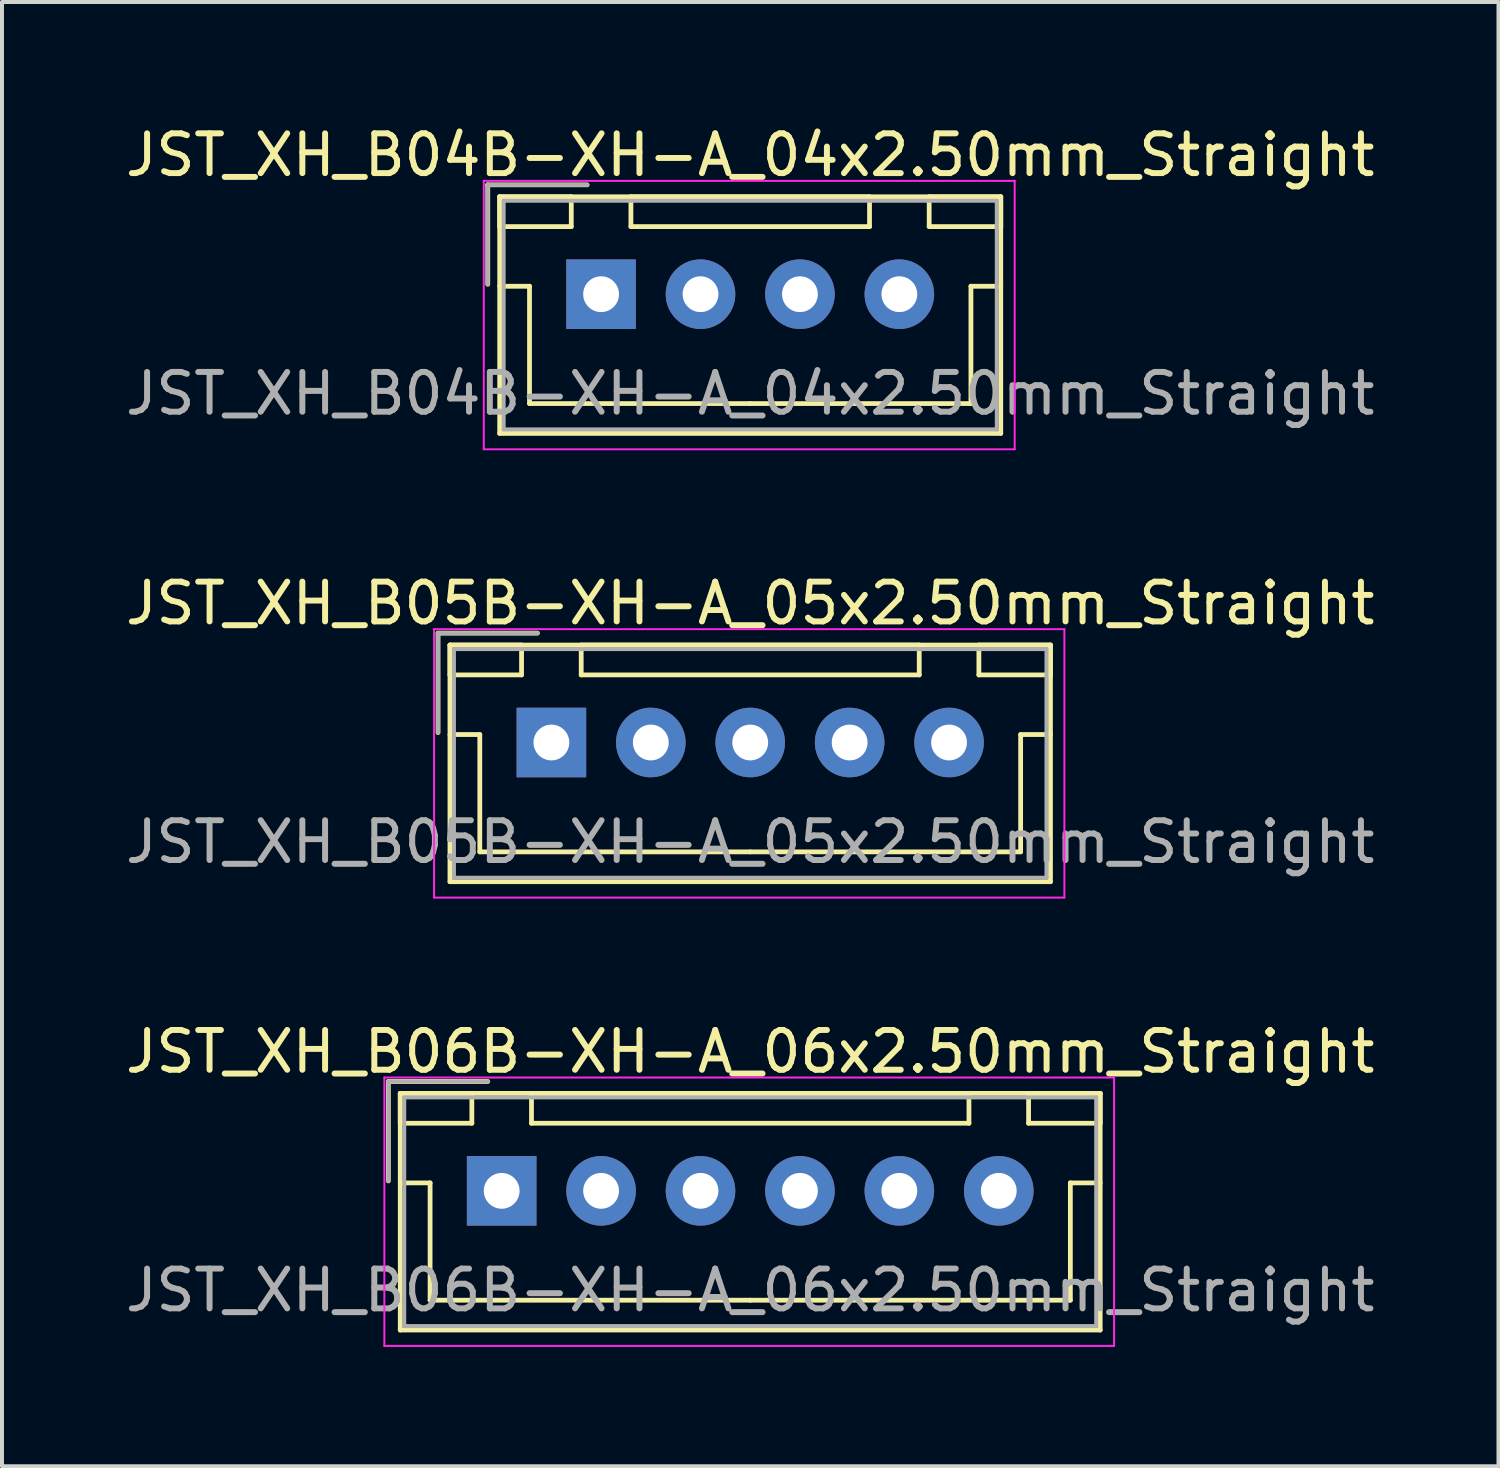
<source format=kicad_pcb>
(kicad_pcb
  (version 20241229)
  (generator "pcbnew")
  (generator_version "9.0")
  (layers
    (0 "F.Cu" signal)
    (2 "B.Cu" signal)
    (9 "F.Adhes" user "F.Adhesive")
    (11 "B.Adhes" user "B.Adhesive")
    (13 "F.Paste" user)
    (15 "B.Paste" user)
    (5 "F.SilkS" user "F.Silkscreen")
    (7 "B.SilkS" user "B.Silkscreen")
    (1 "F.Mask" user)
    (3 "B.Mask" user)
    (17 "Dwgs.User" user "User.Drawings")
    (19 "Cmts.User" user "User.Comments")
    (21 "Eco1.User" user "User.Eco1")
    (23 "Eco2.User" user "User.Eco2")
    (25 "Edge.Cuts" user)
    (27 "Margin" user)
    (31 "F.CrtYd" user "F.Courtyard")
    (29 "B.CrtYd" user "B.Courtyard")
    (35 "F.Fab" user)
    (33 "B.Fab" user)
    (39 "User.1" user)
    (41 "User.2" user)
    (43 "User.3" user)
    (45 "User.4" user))
  (footprint "JST_XH_B05B-XH-A_05x2.50mm_Straight"
    (layer "F.Cu")
    (at 10.815 15.621)
    (property "Reference" "JST_XH_B05B-XH-A_05x2.50mm_Straight" (at 5 -3.5 0) (layer "F.SilkS") (effects (font (size 1 1) (thickness 0.15))))
    (attr through_hole)
    (fp_line (start -2.85 -2.75) (end -2.85 -0.25) (stroke (width 0.12) (type solid)) (layer "F.SilkS"))
    (fp_line (start -2.55 -2.45) (end -2.55 -1.7) (stroke (width 0.12) (type solid)) (layer "F.SilkS"))
    (fp_line (start -2.55 -2.45) (end -2.55 3.5) (stroke (width 0.12) (type solid)) (layer "F.SilkS"))
    (fp_line (start -2.55 -1.7) (end -0.75 -1.7) (stroke (width 0.12) (type solid)) (layer "F.SilkS"))
    (fp_line (start -2.55 -0.2) (end -1.8 -0.2) (stroke (width 0.12) (type solid)) (layer "F.SilkS"))
    (fp_line (start -2.55 3.5) (end 12.55 3.5) (stroke (width 0.12) (type solid)) (layer "F.SilkS"))
    (fp_line (start -1.8 -0.2) (end -1.8 2.75) (stroke (width 0.12) (type solid)) (layer "F.SilkS"))
    (fp_line (start -1.8 2.75) (end 5 2.75) (stroke (width 0.12) (type solid)) (layer "F.SilkS"))
    (fp_line (start -0.75 -2.45) (end -2.55 -2.45) (stroke (width 0.12) (type solid)) (layer "F.SilkS"))
    (fp_line (start -0.75 -1.7) (end -0.75 -2.45) (stroke (width 0.12) (type solid)) (layer "F.SilkS"))
    (fp_line (start -0.35 -2.75) (end -2.85 -2.75) (stroke (width 0.12) (type solid)) (layer "F.SilkS"))
    (fp_line (start 0.75 -2.45) (end 0.75 -1.7) (stroke (width 0.12) (type solid)) (layer "F.SilkS"))
    (fp_line (start 0.75 -1.7) (end 9.25 -1.7) (stroke (width 0.12) (type solid)) (layer "F.SilkS"))
    (fp_line (start 9.25 -2.45) (end 0.75 -2.45) (stroke (width 0.12) (type solid)) (layer "F.SilkS"))
    (fp_line (start 9.25 -1.7) (end 9.25 -2.45) (stroke (width 0.12) (type solid)) (layer "F.SilkS"))
    (fp_line (start 10.75 -2.45) (end 10.75 -1.7) (stroke (width 0.12) (type solid)) (layer "F.SilkS"))
    (fp_line (start 10.75 -1.7) (end 12.55 -1.7) (stroke (width 0.12) (type solid)) (layer "F.SilkS"))
    (fp_line (start 11.8 -0.2) (end 11.8 2.75) (stroke (width 0.12) (type solid)) (layer "F.SilkS"))
    (fp_line (start 11.8 2.75) (end 5 2.75) (stroke (width 0.12) (type solid)) (layer "F.SilkS"))
    (fp_line (start 12.55 -2.45) (end -2.55 -2.45) (stroke (width 0.12) (type solid)) (layer "F.SilkS"))
    (fp_line (start 12.55 -2.45) (end 10.75 -2.45) (stroke (width 0.12) (type solid)) (layer "F.SilkS"))
    (fp_line (start 12.55 -1.7) (end 12.55 -2.45) (stroke (width 0.12) (type solid)) (layer "F.SilkS"))
    (fp_line (start 12.55 -0.2) (end 11.8 -0.2) (stroke (width 0.12) (type solid)) (layer "F.SilkS"))
    (fp_line (start 12.55 3.5) (end 12.55 -2.45) (stroke (width 0.12) (type solid)) (layer "F.SilkS"))
    (fp_line (start -2.95 -2.85) (end -2.95 3.9) (stroke (width 0.05) (type solid)) (layer "F.CrtYd"))
    (fp_line (start -2.95 3.9) (end 12.9 3.9) (stroke (width 0.05) (type solid)) (layer "F.CrtYd"))
    (fp_line (start 12.9 -2.85) (end -2.95 -2.85) (stroke (width 0.05) (type solid)) (layer "F.CrtYd"))
    (fp_line (start 12.9 3.9) (end 12.9 -2.85) (stroke (width 0.05) (type solid)) (layer "F.CrtYd"))
    (fp_line (start -2.85 -2.75) (end -2.85 -0.25) (stroke (width 0.1) (type solid)) (layer "F.Fab"))
    (fp_line (start -2.45 -2.35) (end -2.45 3.4) (stroke (width 0.1) (type solid)) (layer "F.Fab"))
    (fp_line (start -2.45 3.4) (end 12.45 3.4) (stroke (width 0.1) (type solid)) (layer "F.Fab"))
    (fp_line (start -0.35 -2.75) (end -2.85 -2.75) (stroke (width 0.1) (type solid)) (layer "F.Fab"))
    (fp_line (start 12.45 -2.35) (end -2.45 -2.35) (stroke (width 0.1) (type solid)) (layer "F.Fab"))
    (fp_line (start 12.45 3.4) (end 12.45 -2.35) (stroke (width 0.1) (type solid)) (layer "F.Fab"))
    (fp_text user "${REFERENCE}" (at 5 2.5 0) (layer "F.Fab") (effects (font (size 1 1) (thickness 0.15))))
    (pad "1" thru_hole rect (at 0 0) (size 1.75 1.75) (drill 0.9) (layers "*.Cu" "*.Mask"))
    (pad "2" thru_hole circle (at 2.5 0) (size 1.75 1.75) (drill 0.9) (layers "*.Cu" "*.Mask"))
    (pad "3" thru_hole circle (at 5 0) (size 1.75 1.75) (drill 0.9) (layers "*.Cu" "*.Mask"))
    (pad "4" thru_hole circle (at 7.5 0) (size 1.75 1.75) (drill 0.9) (layers "*.Cu" "*.Mask"))
    (pad "5" thru_hole circle (at 10 0) (size 1.75 1.75) (drill 0.9) (layers "*.Cu" "*.Mask")))
  (footprint "JST_XH_B04B-XH-A_04x2.50mm_Straight"
    (layer "F.Cu")
    (at 12.065 4.348)
    (property "Reference" "JST_XH_B04B-XH-A_04x2.50mm_Straight" (at 3.75 -3.5 0) (layer "F.SilkS") (effects (font (size 1 1) (thickness 0.15))))
    (attr through_hole)
    (fp_line (start -2.85 -2.75) (end -2.85 -0.25) (stroke (width 0.12) (type solid)) (layer "F.SilkS"))
    (fp_line (start -2.55 -2.45) (end -2.55 -1.7) (stroke (width 0.12) (type solid)) (layer "F.SilkS"))
    (fp_line (start -2.55 -2.45) (end -2.55 3.5) (stroke (width 0.12) (type solid)) (layer "F.SilkS"))
    (fp_line (start -2.55 -1.7) (end -0.75 -1.7) (stroke (width 0.12) (type solid)) (layer "F.SilkS"))
    (fp_line (start -2.55 -0.2) (end -1.8 -0.2) (stroke (width 0.12) (type solid)) (layer "F.SilkS"))
    (fp_line (start -2.55 3.5) (end 10.05 3.5) (stroke (width 0.12) (type solid)) (layer "F.SilkS"))
    (fp_line (start -1.8 -0.2) (end -1.8 2.75) (stroke (width 0.12) (type solid)) (layer "F.SilkS"))
    (fp_line (start -1.8 2.75) (end 3.75 2.75) (stroke (width 0.12) (type solid)) (layer "F.SilkS"))
    (fp_line (start -0.75 -2.45) (end -2.55 -2.45) (stroke (width 0.12) (type solid)) (layer "F.SilkS"))
    (fp_line (start -0.75 -1.7) (end -0.75 -2.45) (stroke (width 0.12) (type solid)) (layer "F.SilkS"))
    (fp_line (start -0.35 -2.75) (end -2.85 -2.75) (stroke (width 0.12) (type solid)) (layer "F.SilkS"))
    (fp_line (start 0.75 -2.45) (end 0.75 -1.7) (stroke (width 0.12) (type solid)) (layer "F.SilkS"))
    (fp_line (start 0.75 -1.7) (end 6.75 -1.7) (stroke (width 0.12) (type solid)) (layer "F.SilkS"))
    (fp_line (start 6.75 -2.45) (end 0.75 -2.45) (stroke (width 0.12) (type solid)) (layer "F.SilkS"))
    (fp_line (start 6.75 -1.7) (end 6.75 -2.45) (stroke (width 0.12) (type solid)) (layer "F.SilkS"))
    (fp_line (start 8.25 -2.45) (end 8.25 -1.7) (stroke (width 0.12) (type solid)) (layer "F.SilkS"))
    (fp_line (start 8.25 -1.7) (end 10.05 -1.7) (stroke (width 0.12) (type solid)) (layer "F.SilkS"))
    (fp_line (start 9.3 -0.2) (end 9.3 2.75) (stroke (width 0.12) (type solid)) (layer "F.SilkS"))
    (fp_line (start 9.3 2.75) (end 3.75 2.75) (stroke (width 0.12) (type solid)) (layer "F.SilkS"))
    (fp_line (start 10.05 -2.45) (end -2.55 -2.45) (stroke (width 0.12) (type solid)) (layer "F.SilkS"))
    (fp_line (start 10.05 -2.45) (end 8.25 -2.45) (stroke (width 0.12) (type solid)) (layer "F.SilkS"))
    (fp_line (start 10.05 -1.7) (end 10.05 -2.45) (stroke (width 0.12) (type solid)) (layer "F.SilkS"))
    (fp_line (start 10.05 -0.2) (end 9.3 -0.2) (stroke (width 0.12) (type solid)) (layer "F.SilkS"))
    (fp_line (start 10.05 3.5) (end 10.05 -2.45) (stroke (width 0.12) (type solid)) (layer "F.SilkS"))
    (fp_line (start -2.95 -2.85) (end -2.95 3.9) (stroke (width 0.05) (type solid)) (layer "F.CrtYd"))
    (fp_line (start -2.95 3.9) (end 10.4 3.9) (stroke (width 0.05) (type solid)) (layer "F.CrtYd"))
    (fp_line (start 10.4 -2.85) (end -2.95 -2.85) (stroke (width 0.05) (type solid)) (layer "F.CrtYd"))
    (fp_line (start 10.4 3.9) (end 10.4 -2.85) (stroke (width 0.05) (type solid)) (layer "F.CrtYd"))
    (fp_line (start -2.85 -2.75) (end -2.85 -0.25) (stroke (width 0.1) (type solid)) (layer "F.Fab"))
    (fp_line (start -2.45 -2.35) (end -2.45 3.4) (stroke (width 0.1) (type solid)) (layer "F.Fab"))
    (fp_line (start -2.45 3.4) (end 9.95 3.4) (stroke (width 0.1) (type solid)) (layer "F.Fab"))
    (fp_line (start -0.35 -2.75) (end -2.85 -2.75) (stroke (width 0.1) (type solid)) (layer "F.Fab"))
    (fp_line (start 9.95 -2.35) (end -2.45 -2.35) (stroke (width 0.1) (type solid)) (layer "F.Fab"))
    (fp_line (start 9.95 3.4) (end 9.95 -2.35) (stroke (width 0.1) (type solid)) (layer "F.Fab"))
    (fp_text user "${REFERENCE}" (at 3.75 2.5 0) (layer "F.Fab") (effects (font (size 1 1) (thickness 0.15))))
    (pad "1" thru_hole rect (at 0 0) (size 1.75 1.75) (drill 0.9) (layers "*.Cu" "*.Mask"))
    (pad "2" thru_hole circle (at 2.5 0) (size 1.75 1.75) (drill 0.9) (layers "*.Cu" "*.Mask"))
    (pad "3" thru_hole circle (at 5 0) (size 1.75 1.75) (drill 0.9) (layers "*.Cu" "*.Mask"))
    (pad "4" thru_hole circle (at 7.5 0) (size 1.75 1.75) (drill 0.9) (layers "*.Cu" "*.Mask")))
  (footprint "JST_XH_B06B-XH-A_06x2.50mm_Straight"
    (layer "F.Cu")
    (at 9.565 26.895)
    (property "Reference" "JST_XH_B06B-XH-A_06x2.50mm_Straight" (at 6.25 -3.5 0) (layer "F.SilkS") (effects (font (size 1 1) (thickness 0.15))))
    (attr through_hole)
    (fp_line (start -2.85 -2.75) (end -2.85 -0.25) (stroke (width 0.12) (type solid)) (layer "F.SilkS"))
    (fp_line (start -2.55 -2.45) (end -2.55 -1.7) (stroke (width 0.12) (type solid)) (layer "F.SilkS"))
    (fp_line (start -2.55 -2.45) (end -2.55 3.5) (stroke (width 0.12) (type solid)) (layer "F.SilkS"))
    (fp_line (start -2.55 -1.7) (end -0.75 -1.7) (stroke (width 0.12) (type solid)) (layer "F.SilkS"))
    (fp_line (start -2.55 -0.2) (end -1.8 -0.2) (stroke (width 0.12) (type solid)) (layer "F.SilkS"))
    (fp_line (start -2.55 3.5) (end 15.05 3.5) (stroke (width 0.12) (type solid)) (layer "F.SilkS"))
    (fp_line (start -1.8 -0.2) (end -1.8 2.75) (stroke (width 0.12) (type solid)) (layer "F.SilkS"))
    (fp_line (start -1.8 2.75) (end 6.25 2.75) (stroke (width 0.12) (type solid)) (layer "F.SilkS"))
    (fp_line (start -0.75 -2.45) (end -2.55 -2.45) (stroke (width 0.12) (type solid)) (layer "F.SilkS"))
    (fp_line (start -0.75 -1.7) (end -0.75 -2.45) (stroke (width 0.12) (type solid)) (layer "F.SilkS"))
    (fp_line (start -0.35 -2.75) (end -2.85 -2.75) (stroke (width 0.12) (type solid)) (layer "F.SilkS"))
    (fp_line (start 0.75 -2.45) (end 0.75 -1.7) (stroke (width 0.12) (type solid)) (layer "F.SilkS"))
    (fp_line (start 0.75 -1.7) (end 11.75 -1.7) (stroke (width 0.12) (type solid)) (layer "F.SilkS"))
    (fp_line (start 11.75 -2.45) (end 0.75 -2.45) (stroke (width 0.12) (type solid)) (layer "F.SilkS"))
    (fp_line (start 11.75 -1.7) (end 11.75 -2.45) (stroke (width 0.12) (type solid)) (layer "F.SilkS"))
    (fp_line (start 13.25 -2.45) (end 13.25 -1.7) (stroke (width 0.12) (type solid)) (layer "F.SilkS"))
    (fp_line (start 13.25 -1.7) (end 15.05 -1.7) (stroke (width 0.12) (type solid)) (layer "F.SilkS"))
    (fp_line (start 14.3 -0.2) (end 14.3 2.75) (stroke (width 0.12) (type solid)) (layer "F.SilkS"))
    (fp_line (start 14.3 2.75) (end 6.25 2.75) (stroke (width 0.12) (type solid)) (layer "F.SilkS"))
    (fp_line (start 15.05 -2.45) (end -2.55 -2.45) (stroke (width 0.12) (type solid)) (layer "F.SilkS"))
    (fp_line (start 15.05 -2.45) (end 13.25 -2.45) (stroke (width 0.12) (type solid)) (layer "F.SilkS"))
    (fp_line (start 15.05 -1.7) (end 15.05 -2.45) (stroke (width 0.12) (type solid)) (layer "F.SilkS"))
    (fp_line (start 15.05 -0.2) (end 14.3 -0.2) (stroke (width 0.12) (type solid)) (layer "F.SilkS"))
    (fp_line (start 15.05 3.5) (end 15.05 -2.45) (stroke (width 0.12) (type solid)) (layer "F.SilkS"))
    (fp_line (start -2.95 -2.85) (end -2.95 3.9) (stroke (width 0.05) (type solid)) (layer "F.CrtYd"))
    (fp_line (start -2.95 3.9) (end 15.4 3.9) (stroke (width 0.05) (type solid)) (layer "F.CrtYd"))
    (fp_line (start 15.4 -2.85) (end -2.95 -2.85) (stroke (width 0.05) (type solid)) (layer "F.CrtYd"))
    (fp_line (start 15.4 3.9) (end 15.4 -2.85) (stroke (width 0.05) (type solid)) (layer "F.CrtYd"))
    (fp_line (start -2.85 -2.75) (end -2.85 -0.25) (stroke (width 0.1) (type solid)) (layer "F.Fab"))
    (fp_line (start -2.45 -2.35) (end -2.45 3.4) (stroke (width 0.1) (type solid)) (layer "F.Fab"))
    (fp_line (start -2.45 3.4) (end 14.95 3.4) (stroke (width 0.1) (type solid)) (layer "F.Fab"))
    (fp_line (start -0.35 -2.75) (end -2.85 -2.75) (stroke (width 0.1) (type solid)) (layer "F.Fab"))
    (fp_line (start 14.95 -2.35) (end -2.45 -2.35) (stroke (width 0.1) (type solid)) (layer "F.Fab"))
    (fp_line (start 14.95 3.4) (end 14.95 -2.35) (stroke (width 0.1) (type solid)) (layer "F.Fab"))
    (fp_text user "${REFERENCE}" (at 6.25 2.5 0) (layer "F.Fab") (effects (font (size 1 1) (thickness 0.15))))
    (pad "1" thru_hole rect (at 0 0) (size 1.75 1.75) (drill 0.9) (layers "*.Cu" "*.Mask"))
    (pad "2" thru_hole circle (at 2.5 0) (size 1.75 1.75) (drill 0.9) (layers "*.Cu" "*.Mask"))
    (pad "3" thru_hole circle (at 5 0) (size 1.75 1.75) (drill 0.9) (layers "*.Cu" "*.Mask"))
    (pad "4" thru_hole circle (at 7.5 0) (size 1.75 1.75) (drill 0.9) (layers "*.Cu" "*.Mask"))
    (pad "5" thru_hole circle (at 10 0) (size 1.75 1.75) (drill 0.9) (layers "*.Cu" "*.Mask"))
    (pad "6" thru_hole circle (at 12.5 0) (size 1.75 1.75) (drill 0.9) (layers "*.Cu" "*.Mask")))
  (gr_rect
    (start -3 -3)
    (end 34.631 33.82)
    (stroke (width 0.1) (type default))
    (fill no)
    (layer "Edge.Cuts")))
</source>
